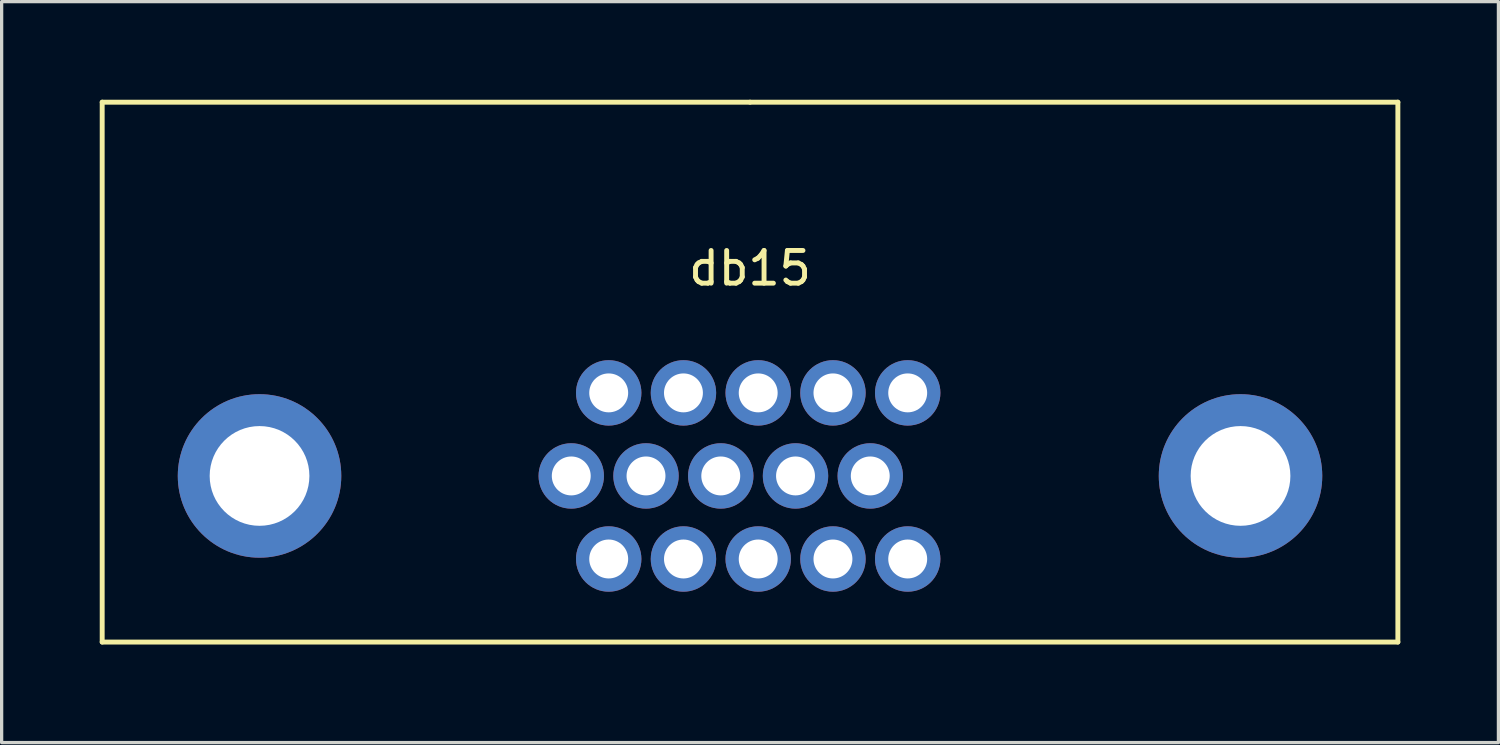
<source format=kicad_pcb>
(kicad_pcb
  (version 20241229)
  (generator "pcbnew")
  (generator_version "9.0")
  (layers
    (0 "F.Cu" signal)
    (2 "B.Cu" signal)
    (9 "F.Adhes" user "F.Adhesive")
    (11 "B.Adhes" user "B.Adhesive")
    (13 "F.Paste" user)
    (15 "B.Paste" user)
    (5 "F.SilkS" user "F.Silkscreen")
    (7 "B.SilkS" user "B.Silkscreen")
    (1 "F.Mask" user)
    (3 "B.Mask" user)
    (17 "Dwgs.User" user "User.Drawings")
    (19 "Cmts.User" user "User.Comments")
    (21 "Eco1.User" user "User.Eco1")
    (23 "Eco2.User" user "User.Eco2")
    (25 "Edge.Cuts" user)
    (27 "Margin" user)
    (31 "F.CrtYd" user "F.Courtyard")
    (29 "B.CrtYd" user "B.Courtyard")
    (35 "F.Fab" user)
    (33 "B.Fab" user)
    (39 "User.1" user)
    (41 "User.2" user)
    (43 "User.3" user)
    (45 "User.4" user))
  (footprint "db15"
    (layer "F.Cu")
    (at 19.887 11.505)
    (property "Reference" "db15" (at 0 -6.35 0) (layer "F.SilkS") (effects (font (size 1 1) (thickness 0.15))))
    (attr through_hole)
    (fp_line (start -19.812 -11.43) (end -19.812 5.08) (stroke (width 0.15) (type solid)) (layer "F.SilkS"))
    (fp_line (start -19.812 5.08) (end 19.812 5.08) (stroke (width 0.15) (type solid)) (layer "F.SilkS"))
    (fp_line (start 0 -11.43) (end -19.812 -11.43) (stroke (width 0.15) (type solid)) (layer "F.SilkS"))
    (fp_line (start 19.812 -11.43) (end 0 -11.43) (stroke (width 0.15) (type solid)) (layer "F.SilkS"))
    (fp_line (start 19.812 5.08) (end 19.812 -11.43) (stroke (width 0.15) (type solid)) (layer "F.SilkS"))
    (pad "" thru_hole circle (at -15 0) (size 5 5) (drill 3.05) (layers "*.Cu" "*.Mask"))
    (pad "" thru_hole circle (at 15 0) (size 5 5) (drill 3.05) (layers "*.Cu" "*.Mask"))
    (pad "1" thru_hole circle (at -4.322 2.54) (size 2 2) (drill 1.19) (layers "*.Cu" "*.Mask"))
    (pad "2" thru_hole circle (at -2.036 2.54) (size 2 2) (drill 1.19) (layers "*.Cu" "*.Mask"))
    (pad "3" thru_hole circle (at 0.25 2.54) (size 2 2) (drill 1.19) (layers "*.Cu" "*.Mask"))
    (pad "4" thru_hole circle (at 2.536 2.54) (size 2 2) (drill 1.19) (layers "*.Cu" "*.Mask"))
    (pad "5" thru_hole circle (at 4.822 2.54) (size 2 2) (drill 1.19) (layers "*.Cu" "*.Mask"))
    (pad "6" thru_hole circle (at -5.467 0) (size 2 2) (drill 1.19) (layers "*.Cu" "*.Mask"))
    (pad "7" thru_hole circle (at -3.181 0) (size 2 2) (drill 1.19) (layers "*.Cu" "*.Mask"))
    (pad "8" thru_hole circle (at -0.895 0) (size 2 2) (drill 1.19) (layers "*.Cu" "*.Mask"))
    (pad "9" thru_hole circle (at 1.391 0) (size 2 2) (drill 1.19) (layers "*.Cu" "*.Mask"))
    (pad "10" thru_hole circle (at 3.677 0) (size 2 2) (drill 1.19) (layers "*.Cu" "*.Mask"))
    (pad "11" thru_hole circle (at -4.322 -2.54) (size 2 2) (drill 1.19) (layers "*.Cu" "*.Mask"))
    (pad "12" thru_hole circle (at -2.036 -2.54) (size 2 2) (drill 1.19) (layers "*.Cu" "*.Mask"))
    (pad "13" thru_hole circle (at 0.25 -2.54) (size 2 2) (drill 1.19) (layers "*.Cu" "*.Mask"))
    (pad "14" thru_hole circle (at 2.536 -2.54) (size 2 2) (drill 1.19) (layers "*.Cu" "*.Mask"))
    (pad "15" thru_hole circle (at 4.822 -2.54) (size 2 2) (drill 1.19) (layers "*.Cu" "*.Mask")))
  (gr_rect
    (start -3 -3)
    (end 42.774 19.66)
    (stroke (width 0.1) (type default))
    (fill no)
    (layer "Edge.Cuts")))
</source>
